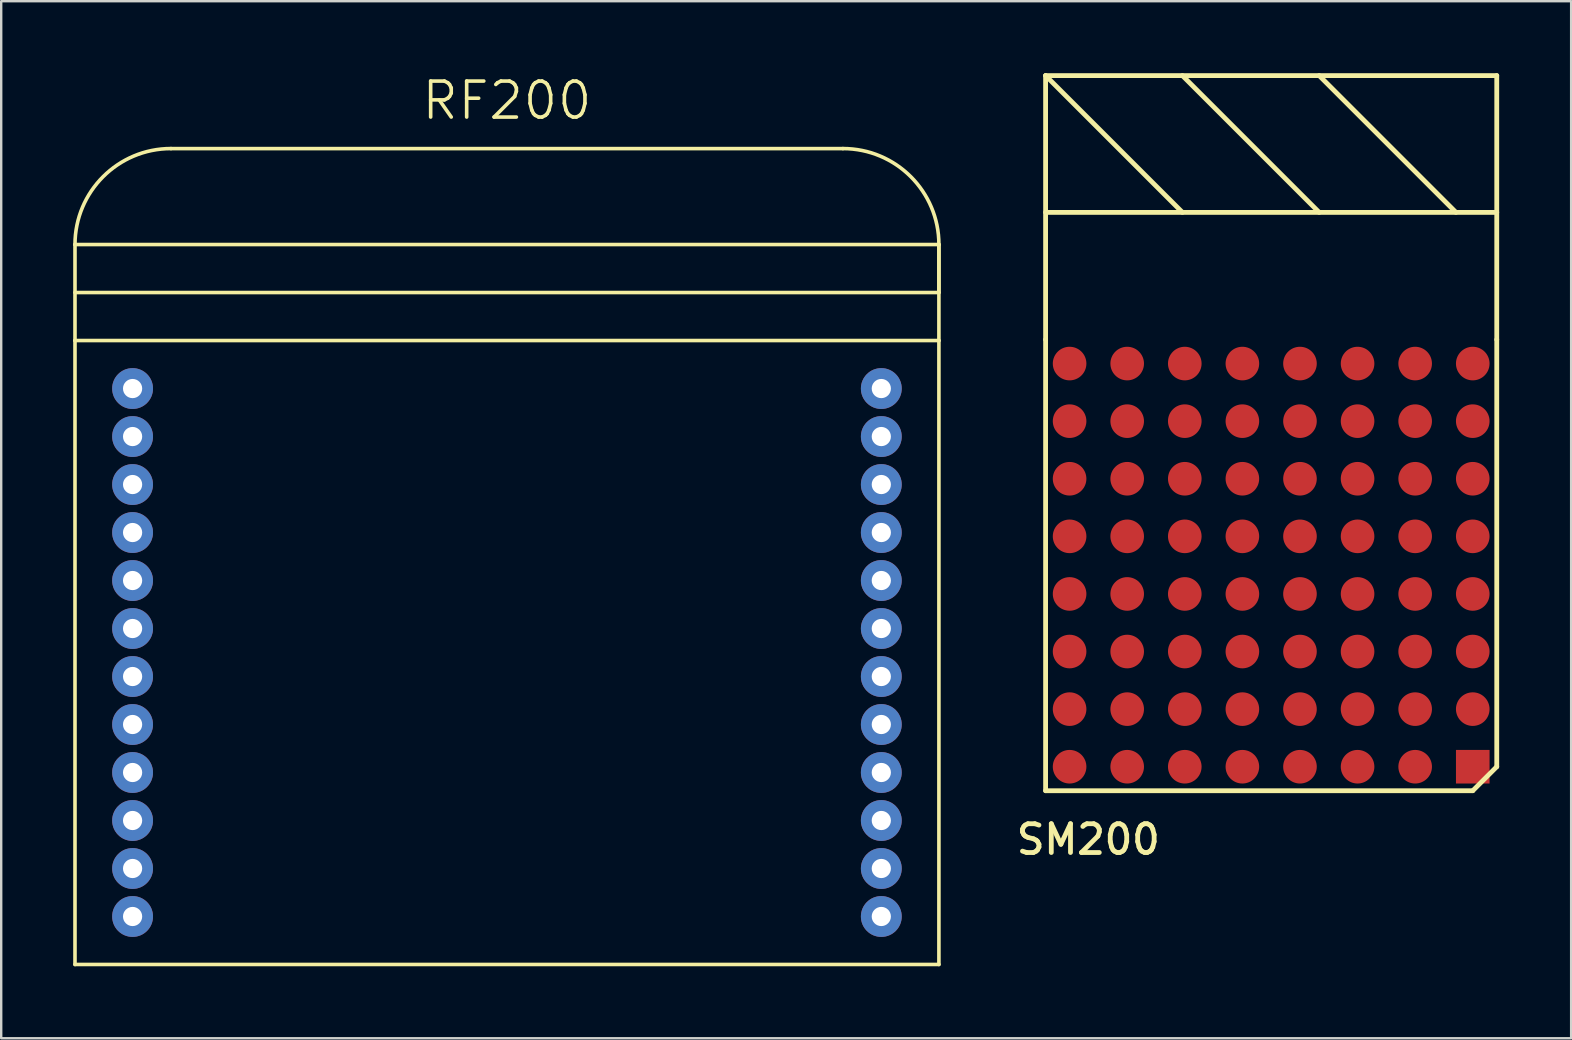
<source format=kicad_pcb>
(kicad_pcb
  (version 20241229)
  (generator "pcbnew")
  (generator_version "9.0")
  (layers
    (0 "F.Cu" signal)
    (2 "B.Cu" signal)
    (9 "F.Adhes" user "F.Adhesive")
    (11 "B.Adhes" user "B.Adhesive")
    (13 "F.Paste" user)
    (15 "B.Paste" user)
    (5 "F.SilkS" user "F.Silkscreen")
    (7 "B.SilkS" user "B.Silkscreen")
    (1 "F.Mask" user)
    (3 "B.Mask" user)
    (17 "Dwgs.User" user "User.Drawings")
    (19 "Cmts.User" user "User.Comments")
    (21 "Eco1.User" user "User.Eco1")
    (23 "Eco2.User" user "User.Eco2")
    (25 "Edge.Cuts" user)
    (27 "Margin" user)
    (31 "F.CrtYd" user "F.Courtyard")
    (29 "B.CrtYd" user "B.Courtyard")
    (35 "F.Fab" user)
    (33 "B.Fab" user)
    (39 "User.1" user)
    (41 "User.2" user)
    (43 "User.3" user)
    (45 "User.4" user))
  (footprint "SM200"
    (layer "F.Cu")
    (at 49.921 20.5)
    (property "Reference" "SM200" (at -7.62 11.43 0) (layer "F.SilkS") (effects (font (size 1.2 1.2) (thickness 0.2))))
    (attr through_hole)
    (fp_line (start -9.4 -20.4) (end -9.4 -9.4) (stroke (width 0.2) (type solid)) (layer "F.SilkS"))
    (fp_line (start -9.4 -20.4) (end -3.7 -14.7) (stroke (width 0.2) (type solid)) (layer "F.SilkS"))
    (fp_line (start -9.4 -14.7) (end 9.4 -14.7) (stroke (width 0.2) (type solid)) (layer "F.SilkS"))
    (fp_line (start -9.4 9.4) (end -9.4 -9.4) (stroke (width 0.2) (type solid)) (layer "F.SilkS"))
    (fp_line (start -3.7 -20.4) (end 2 -14.7) (stroke (width 0.2) (type solid)) (layer "F.SilkS"))
    (fp_line (start 2 -20.4) (end 7.7 -14.7) (stroke (width 0.2) (type solid)) (layer "F.SilkS"))
    (fp_line (start 8.4 9.4) (end -9.4 9.4) (stroke (width 0.2) (type solid)) (layer "F.SilkS"))
    (fp_line (start 9.4 -20.4) (end -9.4 -20.4) (stroke (width 0.2) (type solid)) (layer "F.SilkS"))
    (fp_line (start 9.4 -9.4) (end 9.4 -20.4) (stroke (width 0.2) (type solid)) (layer "F.SilkS"))
    (fp_line (start 9.4 -9.4) (end 9.4 8.4) (stroke (width 0.2) (type solid)) (layer "F.SilkS"))
    (fp_line (start 9.4 8.4) (end 8.4 9.4) (stroke (width 0.2) (type solid)) (layer "F.SilkS"))
    (pad "A1" smd rect (at 8.4 8.4 90) (size 1.4 1.4) (layers "F.Cu" "F.Mask" "F.Paste"))
    (pad "A2" smd circle (at 8.4 6 90) (size 1.4 1.4) (layers "F.Cu" "F.Mask" "F.Paste"))
    (pad "A3" smd circle (at 8.4 3.6 90) (size 1.4 1.4) (layers "F.Cu" "F.Mask" "F.Paste"))
    (pad "A4" smd circle (at 8.4 1.2 90) (size 1.4 1.4) (layers "F.Cu" "F.Mask" "F.Paste"))
    (pad "A5" smd circle (at 8.4 -1.2 90) (size 1.4 1.4) (layers "F.Cu" "F.Mask" "F.Paste"))
    (pad "A6" smd circle (at 8.4 -3.6 90) (size 1.4 1.4) (layers "F.Cu" "F.Mask" "F.Paste"))
    (pad "A7" smd circle (at 8.4 -6 90) (size 1.4 1.4) (layers "F.Cu" "F.Mask" "F.Paste"))
    (pad "A8" smd circle (at 8.4 -8.4 90) (size 1.4 1.4) (layers "F.Cu" "F.Mask" "F.Paste"))
    (pad "B1" smd circle (at 6 8.4 90) (size 1.4 1.4) (layers "F.Cu" "F.Mask" "F.Paste"))
    (pad "B2" smd circle (at 6 6 90) (size 1.4 1.4) (layers "F.Cu" "F.Mask" "F.Paste"))
    (pad "B3" smd circle (at 6 3.6 90) (size 1.4 1.4) (layers "F.Cu" "F.Mask" "F.Paste"))
    (pad "B4" smd circle (at 6 1.2 90) (size 1.4 1.4) (layers "F.Cu" "F.Mask" "F.Paste"))
    (pad "B5" smd circle (at 6 -1.2 90) (size 1.4 1.4) (layers "F.Cu" "F.Mask" "F.Paste"))
    (pad "B6" smd circle (at 6 -3.6 90) (size 1.4 1.4) (layers "F.Cu" "F.Mask" "F.Paste"))
    (pad "B7" smd circle (at 6 -6 90) (size 1.4 1.4) (layers "F.Cu" "F.Mask" "F.Paste"))
    (pad "B8" smd circle (at 6 -8.4 90) (size 1.4 1.4) (layers "F.Cu" "F.Mask" "F.Paste"))
    (pad "C1" smd circle (at 3.6 8.4 90) (size 1.4 1.4) (layers "F.Cu" "F.Mask" "F.Paste"))
    (pad "C2" smd circle (at 3.6 6 90) (size 1.4 1.4) (layers "F.Cu" "F.Mask" "F.Paste"))
    (pad "C3" smd circle (at 3.6 3.6 90) (size 1.4 1.4) (layers "F.Cu" "F.Mask" "F.Paste"))
    (pad "C4" smd circle (at 3.6 1.2 90) (size 1.4 1.4) (layers "F.Cu" "F.Mask" "F.Paste"))
    (pad "C5" smd circle (at 3.6 -1.2 90) (size 1.4 1.4) (layers "F.Cu" "F.Mask" "F.Paste"))
    (pad "C6" smd circle (at 3.6 -3.6 90) (size 1.4 1.4) (layers "F.Cu" "F.Mask" "F.Paste"))
    (pad "C7" smd circle (at 3.6 -6 90) (size 1.4 1.4) (layers "F.Cu" "F.Mask" "F.Paste"))
    (pad "C8" smd circle (at 3.6 -8.4 90) (size 1.4 1.4) (layers "F.Cu" "F.Mask" "F.Paste"))
    (pad "D1" smd circle (at 1.2 8.4 90) (size 1.4 1.4) (layers "F.Cu" "F.Mask" "F.Paste"))
    (pad "D2" smd circle (at 1.2 6 90) (size 1.4 1.4) (layers "F.Cu" "F.Mask" "F.Paste"))
    (pad "D3" smd circle (at 1.2 3.6 90) (size 1.4 1.4) (layers "F.Cu" "F.Mask" "F.Paste"))
    (pad "D4" smd circle (at 1.2 1.2 90) (size 1.4 1.4) (layers "F.Cu" "F.Mask" "F.Paste"))
    (pad "D5" smd circle (at 1.2 -1.2 90) (size 1.4 1.4) (layers "F.Cu" "F.Mask" "F.Paste"))
    (pad "D6" smd circle (at 1.2 -3.6 90) (size 1.4 1.4) (layers "F.Cu" "F.Mask" "F.Paste"))
    (pad "D7" smd circle (at 1.2 -6 90) (size 1.4 1.4) (layers "F.Cu" "F.Mask" "F.Paste"))
    (pad "D8" smd circle (at 1.2 -8.4 90) (size 1.4 1.4) (layers "F.Cu" "F.Mask" "F.Paste"))
    (pad "E1" smd circle (at -1.2 8.4 90) (size 1.4 1.4) (layers "F.Cu" "F.Mask" "F.Paste"))
    (pad "E2" smd circle (at -1.2 6 90) (size 1.4 1.4) (layers "F.Cu" "F.Mask" "F.Paste"))
    (pad "E3" smd circle (at -1.2 3.6 90) (size 1.4 1.4) (layers "F.Cu" "F.Mask" "F.Paste"))
    (pad "E4" smd circle (at -1.2 1.2 90) (size 1.4 1.4) (layers "F.Cu" "F.Mask" "F.Paste"))
    (pad "E5" smd circle (at -1.2 -1.2 90) (size 1.4 1.4) (layers "F.Cu" "F.Mask" "F.Paste"))
    (pad "E6" smd circle (at -1.2 -3.6 90) (size 1.4 1.4) (layers "F.Cu" "F.Mask" "F.Paste"))
    (pad "E7" smd circle (at -1.2 -6 90) (size 1.4 1.4) (layers "F.Cu" "F.Mask" "F.Paste"))
    (pad "E8" smd circle (at -1.2 -8.4 90) (size 1.4 1.4) (layers "F.Cu" "F.Mask" "F.Paste"))
    (pad "F1" smd circle (at -3.6 8.4 90) (size 1.4 1.4) (layers "F.Cu" "F.Mask" "F.Paste"))
    (pad "F2" smd circle (at -3.6 6 90) (size 1.4 1.4) (layers "F.Cu" "F.Mask" "F.Paste"))
    (pad "F3" smd circle (at -3.6 3.6 90) (size 1.4 1.4) (layers "F.Cu" "F.Mask" "F.Paste"))
    (pad "F4" smd circle (at -3.6 1.2 90) (size 1.4 1.4) (layers "F.Cu" "F.Mask" "F.Paste"))
    (pad "F5" smd circle (at -3.6 -1.2 90) (size 1.4 1.4) (layers "F.Cu" "F.Mask" "F.Paste"))
    (pad "F6" smd circle (at -3.6 -3.6 90) (size 1.4 1.4) (layers "F.Cu" "F.Mask" "F.Paste"))
    (pad "F7" smd circle (at -3.6 -6 90) (size 1.4 1.4) (layers "F.Cu" "F.Mask" "F.Paste"))
    (pad "F8" smd circle (at -3.6 -8.4 90) (size 1.4 1.4) (layers "F.Cu" "F.Mask" "F.Paste"))
    (pad "G1" smd circle (at -6 8.4 90) (size 1.4 1.4) (layers "F.Cu" "F.Mask" "F.Paste"))
    (pad "G2" smd circle (at -6 6 90) (size 1.4 1.4) (layers "F.Cu" "F.Mask" "F.Paste"))
    (pad "G3" smd circle (at -6 3.6 90) (size 1.4 1.4) (layers "F.Cu" "F.Mask" "F.Paste"))
    (pad "G4" smd circle (at -6 1.2 90) (size 1.4 1.4) (layers "F.Cu" "F.Mask" "F.Paste"))
    (pad "G5" smd circle (at -6 -1.2 90) (size 1.4 1.4) (layers "F.Cu" "F.Mask" "F.Paste"))
    (pad "G6" smd circle (at -6 -3.6 90) (size 1.4 1.4) (layers "F.Cu" "F.Mask" "F.Paste"))
    (pad "G7" smd circle (at -6 -6 90) (size 1.4 1.4) (layers "F.Cu" "F.Mask" "F.Paste"))
    (pad "G8" smd circle (at -6 -8.4 90) (size 1.4 1.4) (layers "F.Cu" "F.Mask" "F.Paste"))
    (pad "H1" smd circle (at -8.4 8.4 90) (size 1.4 1.4) (layers "F.Cu" "F.Mask" "F.Paste"))
    (pad "H2" smd circle (at -8.4 6 90) (size 1.4 1.4) (layers "F.Cu" "F.Mask" "F.Paste"))
    (pad "H3" smd circle (at -8.4 3.6 90) (size 1.4 1.4) (layers "F.Cu" "F.Mask" "F.Paste"))
    (pad "H4" smd circle (at -8.4 1.2 90) (size 1.4 1.4) (layers "F.Cu" "F.Mask" "F.Paste"))
    (pad "H5" smd circle (at -8.4 -1.2 90) (size 1.4 1.4) (layers "F.Cu" "F.Mask" "F.Paste"))
    (pad "H6" smd circle (at -8.4 -3.6 90) (size 1.4 1.4) (layers "F.Cu" "F.Mask" "F.Paste"))
    (pad "H7" smd circle (at -8.4 -6 90) (size 1.4 1.4) (layers "F.Cu" "F.Mask" "F.Paste"))
    (pad "H8" smd circle (at -8.4 -8.4 90) (size 1.4 1.4) (layers "F.Cu" "F.Mask" "F.Paste")))
  (footprint "RF200"
    (layer "F.Cu")
    (at 18.075 24.141)
    (property "Reference" "RF200" (at -0.000001 -23 0) (layer "F.SilkS") (effects (font (size 1.5 1.5) (thickness 0.15))))
    (attr through_hole)
    (fp_line (start -18 -15) (end 18 -15) (stroke (width 0.15) (type solid)) (layer "F.SilkS"))
    (fp_line (start -18 -13) (end -18 -17) (stroke (width 0.15) (type solid)) (layer "F.SilkS"))
    (fp_line (start -18 -13) (end -18 13) (stroke (width 0.15) (type solid)) (layer "F.SilkS"))
    (fp_line (start -18 13) (end 18 13) (stroke (width 0.15) (type solid)) (layer "F.SilkS"))
    (fp_line (start -14 -21) (end 14 -21) (stroke (width 0.15) (type solid)) (layer "F.SilkS"))
    (fp_line (start 18 -17) (end -18 -17) (stroke (width 0.15) (type solid)) (layer "F.SilkS"))
    (fp_line (start 18 -15) (end 18 -17) (stroke (width 0.15) (type solid)) (layer "F.SilkS"))
    (fp_line (start 18 -13) (end -18 -13) (stroke (width 0.15) (type solid)) (layer "F.SilkS"))
    (fp_line (start 18 -13) (end 18 -17) (stroke (width 0.15) (type solid)) (layer "F.SilkS"))
    (fp_line (start 18 13) (end 18 -13) (stroke (width 0.15) (type solid)) (layer "F.SilkS"))
    (fp_arc (start -18.000001 -17) (mid -16.828428 -19.828427) (end -14.000001 -21) (stroke (width 0.15) (type solid)) (layer "F.SilkS"))
    (fp_arc (start 13.999999 -21) (mid 16.828426 -19.828427) (end 17.999999 -17) (stroke (width 0.15) (type solid)) (layer "F.SilkS"))
    (pad "1" thru_hole circle (at -15.6 -11) (size 1.702 1.702) (drill 0.8) (layers "*.Cu" "*.Mask"))
    (pad "2" thru_hole circle (at -15.6 -9) (size 1.702 1.702) (drill 0.8) (layers "*.Cu" "*.Mask"))
    (pad "3" thru_hole circle (at -15.6 -7) (size 1.702 1.702) (drill 0.8) (layers "*.Cu" "*.Mask"))
    (pad "4" thru_hole circle (at -15.6 -5) (size 1.702 1.702) (drill 0.8) (layers "*.Cu" "*.Mask"))
    (pad "5" thru_hole circle (at -15.6 -3) (size 1.702 1.702) (drill 0.8) (layers "*.Cu" "*.Mask"))
    (pad "6" thru_hole circle (at -15.6 -1) (size 1.702 1.702) (drill 0.8) (layers "*.Cu" "*.Mask"))
    (pad "7" thru_hole circle (at -15.6 1) (size 1.702 1.702) (drill 0.8) (layers "*.Cu" "*.Mask"))
    (pad "8" thru_hole circle (at -15.6 3) (size 1.702 1.702) (drill 0.8) (layers "*.Cu" "*.Mask"))
    (pad "9" thru_hole circle (at -15.6 5) (size 1.702 1.702) (drill 0.8) (layers "*.Cu" "*.Mask"))
    (pad "10" thru_hole circle (at -15.6 7) (size 1.702 1.702) (drill 0.8) (layers "*.Cu" "*.Mask"))
    (pad "11" thru_hole circle (at -15.6 9) (size 1.702 1.702) (drill 0.8) (layers "*.Cu" "*.Mask"))
    (pad "12" thru_hole circle (at -15.6 11) (size 1.702 1.702) (drill 0.8) (layers "*.Cu" "*.Mask"))
    (pad "13" thru_hole circle (at 15.6 11) (size 1.702 1.702) (drill 0.8) (layers "*.Cu" "*.Mask"))
    (pad "14" thru_hole circle (at 15.6 9) (size 1.702 1.702) (drill 0.8) (layers "*.Cu" "*.Mask"))
    (pad "15" thru_hole circle (at 15.6 7) (size 1.702 1.702) (drill 0.8) (layers "*.Cu" "*.Mask"))
    (pad "16" thru_hole circle (at 15.6 5) (size 1.702 1.702) (drill 0.8) (layers "*.Cu" "*.Mask"))
    (pad "17" thru_hole circle (at 15.6 3) (size 1.702 1.702) (drill 0.8) (layers "*.Cu" "*.Mask"))
    (pad "18" thru_hole circle (at 15.6 1) (size 1.702 1.702) (drill 0.8) (layers "*.Cu" "*.Mask"))
    (pad "19" thru_hole circle (at 15.6 -1) (size 1.702 1.702) (drill 0.8) (layers "*.Cu" "*.Mask"))
    (pad "20" thru_hole circle (at 15.6 -3) (size 1.702 1.702) (drill 0.8) (layers "*.Cu" "*.Mask"))
    (pad "21" thru_hole circle (at 15.6 -5) (size 1.702 1.702) (drill 0.8) (layers "*.Cu" "*.Mask"))
    (pad "22" thru_hole circle (at 15.6 -7) (size 1.702 1.702) (drill 0.8) (layers "*.Cu" "*.Mask"))
    (pad "23" thru_hole circle (at 15.6 -9) (size 1.702 1.702) (drill 0.8) (layers "*.Cu" "*.Mask"))
    (pad "24" thru_hole circle (at 15.6 -11) (size 1.702 1.702) (drill 0.8) (layers "*.Cu" "*.Mask")))
  (gr_rect
    (start -3 -3)
    (end 62.421 40.216)
    (stroke (width 0.1) (type default))
    (fill no)
    (layer "Edge.Cuts")))
</source>
